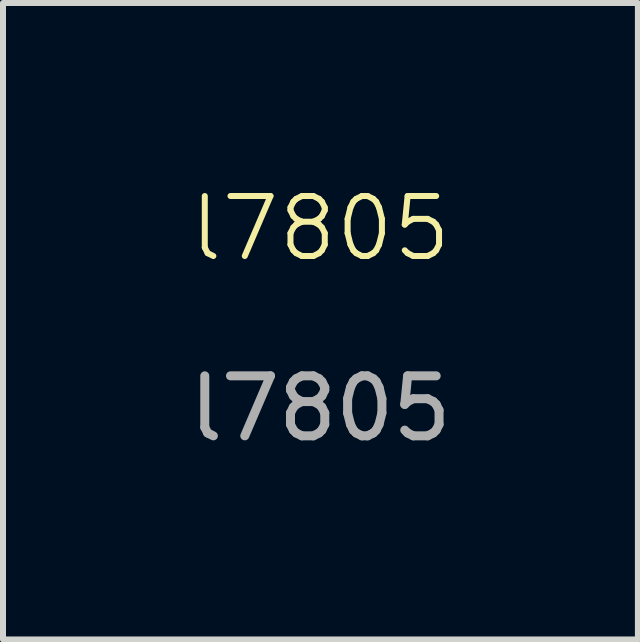
<source format=kicad_pcb>
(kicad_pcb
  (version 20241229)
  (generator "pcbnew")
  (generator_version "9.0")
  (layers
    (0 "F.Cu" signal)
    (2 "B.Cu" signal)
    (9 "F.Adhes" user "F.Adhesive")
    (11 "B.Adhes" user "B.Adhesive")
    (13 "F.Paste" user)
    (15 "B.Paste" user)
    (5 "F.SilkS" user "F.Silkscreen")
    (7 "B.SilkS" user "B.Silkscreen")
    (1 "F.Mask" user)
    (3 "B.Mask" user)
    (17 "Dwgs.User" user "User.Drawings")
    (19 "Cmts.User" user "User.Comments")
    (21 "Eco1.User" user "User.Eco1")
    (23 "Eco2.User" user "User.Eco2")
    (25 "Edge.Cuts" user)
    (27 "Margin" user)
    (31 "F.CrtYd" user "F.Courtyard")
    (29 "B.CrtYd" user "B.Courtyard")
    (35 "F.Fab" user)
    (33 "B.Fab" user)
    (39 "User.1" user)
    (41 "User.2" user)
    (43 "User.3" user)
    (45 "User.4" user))
  (footprint "l7805"
    (layer "F.Cu")
    (at 2.292 1.26)
    (property "Reference" "l7805" (at 0 -0.5 0) (unlocked yes) (layer "F.SilkS") (effects (font (size 1 1) (thickness 0.1))))
    (attr smd)
    (fp_text user "${REFERENCE}" (at 0 2.5 0) (unlocked yes) (layer "F.Fab") (effects (font (size 1 1) (thickness 0.15)))))
  (gr_rect
    (start -3 -3)
    (end 7.583 7.609)
    (stroke (width 0.1) (type default))
    (fill no)
    (layer "Edge.Cuts")))
</source>
